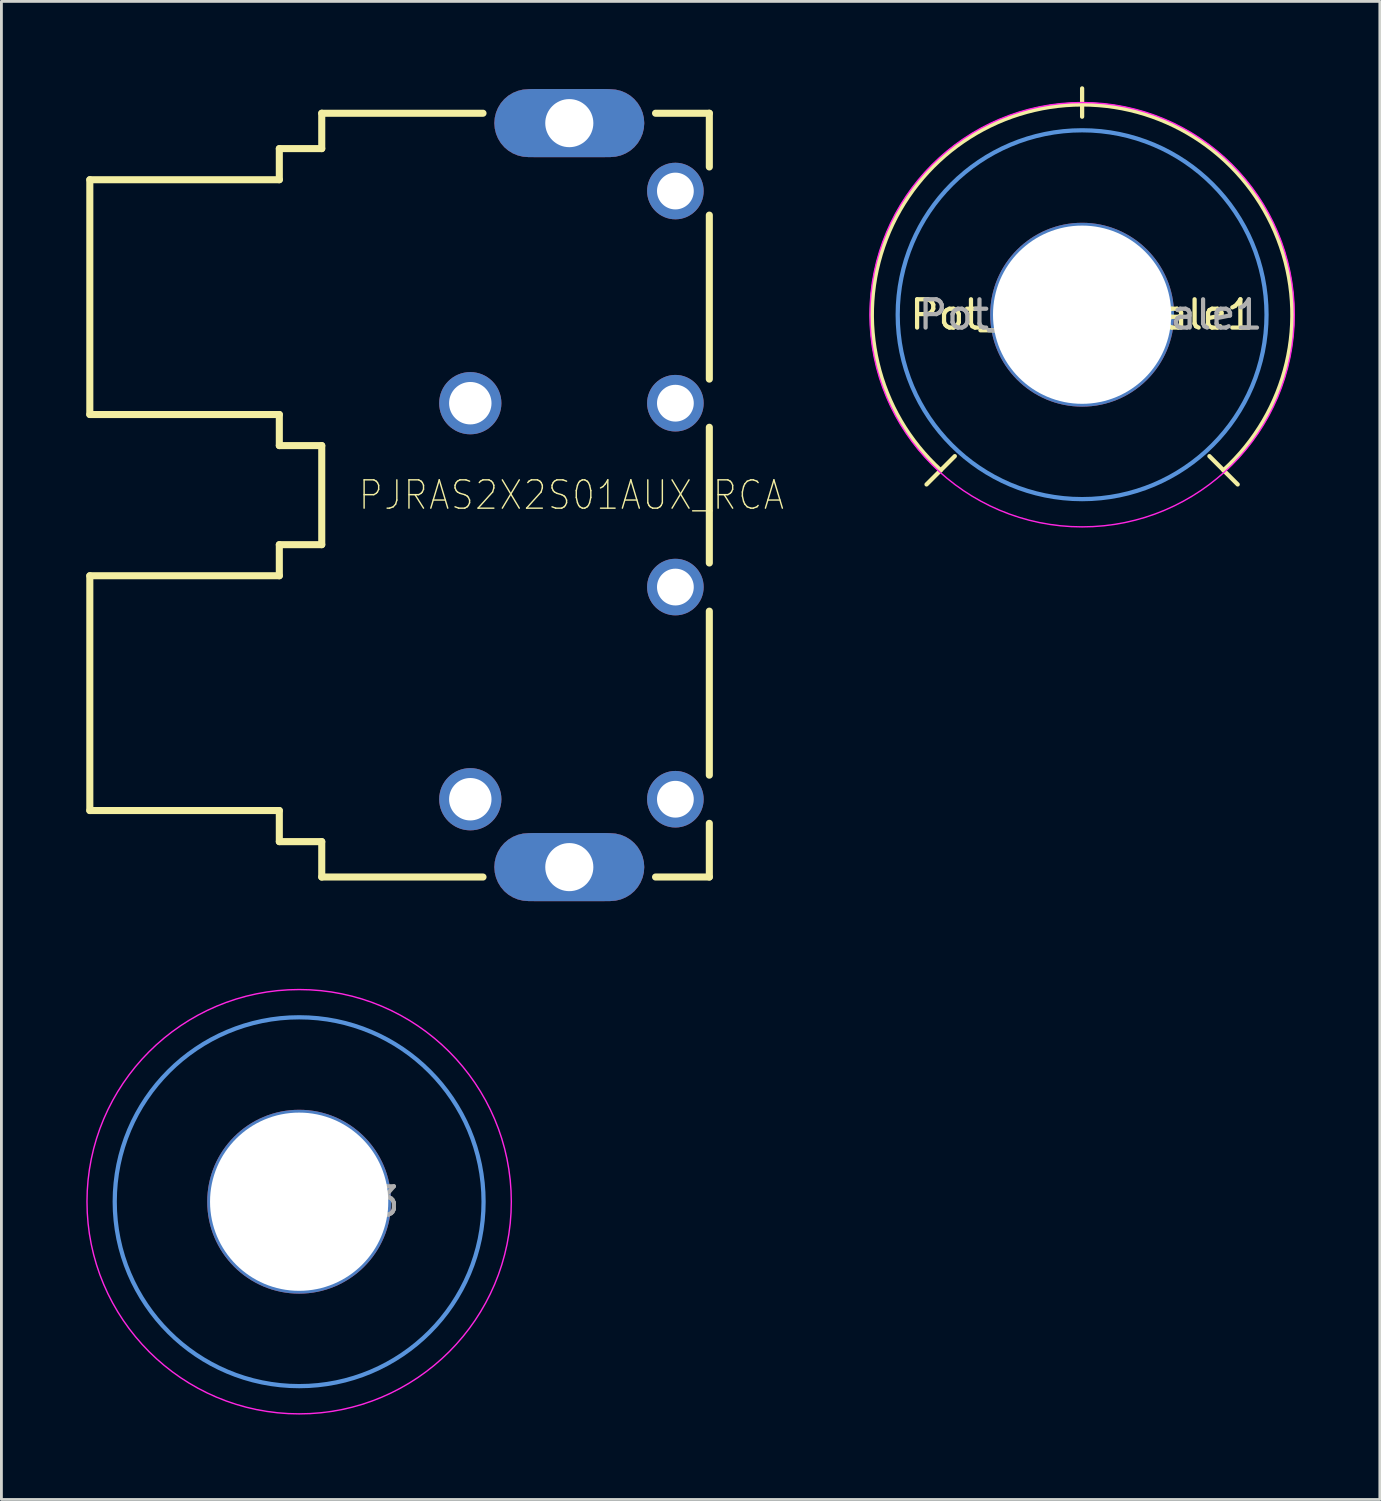
<source format=kicad_pcb>
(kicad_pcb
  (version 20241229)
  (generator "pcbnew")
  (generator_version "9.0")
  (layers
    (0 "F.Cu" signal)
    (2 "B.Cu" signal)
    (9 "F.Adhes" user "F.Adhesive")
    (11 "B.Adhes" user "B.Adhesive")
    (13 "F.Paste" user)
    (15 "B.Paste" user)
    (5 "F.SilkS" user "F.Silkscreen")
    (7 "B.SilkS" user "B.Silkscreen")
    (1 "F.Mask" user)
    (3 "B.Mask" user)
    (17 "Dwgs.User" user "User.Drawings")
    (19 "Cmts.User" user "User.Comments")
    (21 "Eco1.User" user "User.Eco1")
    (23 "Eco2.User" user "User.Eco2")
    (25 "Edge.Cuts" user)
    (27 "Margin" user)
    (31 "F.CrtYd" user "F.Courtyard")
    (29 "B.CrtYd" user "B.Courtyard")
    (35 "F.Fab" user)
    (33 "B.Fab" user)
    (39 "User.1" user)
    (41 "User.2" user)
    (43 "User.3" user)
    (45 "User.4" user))
  (footprint "PJRAS2X2S01AUX_RCA"
    (layer "F.Cu")
    (at 17.15 14.453)
    (property "Reference" "PJRAS2X2S01AUX_RCA" (at 0 0 0) (layer "F.SilkS") (effects (font (size 1 0.9) (thickness 0.05))))
    (attr through_hole)
    (fp_poly (pts (xy -1.525 -14.349) (xy -1.713 -14.334) (xy -1.896 -14.29) (xy -2.069 -14.218) (xy -2.23 -14.12) (xy -2.373 -13.998) (xy -2.495 -13.855) (xy -2.593 -13.694) (xy -2.665 -13.521) (xy -2.709 -13.338) (xy -2.724 -13.15) (xy -2.709 -12.962) (xy -2.665 -12.779) (xy -2.593 -12.606) (xy -2.495 -12.445) (xy -2.373 -12.302) (xy -2.23 -12.18) (xy -2.069 -12.082) (xy -1.896 -12.01) (xy -1.713 -11.966) (xy -1.525 -11.951) (xy 1.375 -11.951) (xy 1.563 -11.966) (xy 1.746 -12.01) (xy 1.919 -12.082) (xy 2.08 -12.18) (xy 2.223 -12.302) (xy 2.345 -12.445) (xy 2.443 -12.606) (xy 2.515 -12.779) (xy 2.559 -12.962) (xy 2.574 -13.15) (xy 2.559 -13.338) (xy 2.515 -13.521) (xy 2.443 -13.694) (xy 2.345 -13.855) (xy 2.223 -13.998) (xy 2.08 -14.12) (xy 1.919 -14.218) (xy 1.746 -14.29) (xy 1.563 -14.334) (xy 1.375 -14.349)) (stroke (width 0.002) (type solid)) (fill yes) (layer "F.Cu"))
    (fp_poly (pts (xy -1.525 11.951) (xy -1.713 11.966) (xy -1.896 12.01) (xy -2.069 12.082) (xy -2.23 12.18) (xy -2.373 12.302) (xy -2.495 12.445) (xy -2.593 12.606) (xy -2.665 12.779) (xy -2.709 12.962) (xy -2.724 13.15) (xy -2.709 13.338) (xy -2.665 13.521) (xy -2.593 13.694) (xy -2.495 13.855) (xy -2.373 13.998) (xy -2.23 14.12) (xy -2.069 14.218) (xy -1.896 14.29) (xy -1.713 14.334) (xy -1.525 14.349) (xy 1.375 14.349) (xy 1.563 14.334) (xy 1.746 14.29) (xy 1.919 14.218) (xy 2.08 14.12) (xy 2.223 13.998) (xy 2.345 13.855) (xy 2.443 13.694) (xy 2.515 13.521) (xy 2.559 13.338) (xy 2.574 13.15) (xy 2.559 12.962) (xy 2.515 12.779) (xy 2.443 12.606) (xy 2.345 12.445) (xy 2.223 12.302) (xy 2.08 12.18) (xy 1.919 12.082) (xy 1.746 12.01) (xy 1.563 11.966) (xy 1.375 11.951)) (stroke (width 0.002) (type solid)) (fill yes) (layer "F.Cu"))
    (fp_poly (pts (xy -1.525 -14.452) (xy -1.729 -14.436) (xy -1.927 -14.388) (xy -2.116 -14.31) (xy -2.29 -14.203) (xy -2.445 -14.07) (xy -2.578 -13.915) (xy -2.685 -13.741) (xy -2.763 -13.552) (xy -2.811 -13.354) (xy -2.827 -13.15) (xy -2.811 -12.946) (xy -2.763 -12.748) (xy -2.685 -12.559) (xy -2.578 -12.385) (xy -2.445 -12.23) (xy -2.29 -12.097) (xy -2.116 -11.99) (xy -1.927 -11.912) (xy -1.729 -11.864) (xy -1.525 -11.848) (xy 1.375 -11.848) (xy 1.579 -11.864) (xy 1.777 -11.912) (xy 1.966 -11.99) (xy 2.14 -12.097) (xy 2.295 -12.23) (xy 2.428 -12.385) (xy 2.535 -12.559) (xy 2.613 -12.748) (xy 2.661 -12.946) (xy 2.677 -13.15) (xy 2.661 -13.354) (xy 2.613 -13.552) (xy 2.535 -13.741) (xy 2.428 -13.915) (xy 2.295 -14.07) (xy 2.14 -14.203) (xy 1.966 -14.31) (xy 1.777 -14.388) (xy 1.579 -14.436) (xy 1.375 -14.452)) (stroke (width 0.002) (type solid)) (fill yes) (layer "F.Mask"))
    (fp_poly (pts (xy -1.525 11.848) (xy -1.729 11.864) (xy -1.927 11.912) (xy -2.116 11.99) (xy -2.29 12.097) (xy -2.445 12.23) (xy -2.578 12.385) (xy -2.685 12.559) (xy -2.763 12.748) (xy -2.811 12.946) (xy -2.827 13.15) (xy -2.811 13.354) (xy -2.763 13.552) (xy -2.685 13.741) (xy -2.578 13.915) (xy -2.445 14.07) (xy -2.29 14.203) (xy -2.116 14.31) (xy -1.927 14.388) (xy -1.729 14.436) (xy -1.525 14.452) (xy 1.375 14.452) (xy 1.579 14.436) (xy 1.777 14.388) (xy 1.966 14.31) (xy 2.14 14.203) (xy 2.295 14.07) (xy 2.428 13.915) (xy 2.535 13.741) (xy 2.613 13.552) (xy 2.661 13.354) (xy 2.677 13.15) (xy 2.661 12.946) (xy 2.613 12.748) (xy 2.535 12.559) (xy 2.428 12.385) (xy 2.295 12.23) (xy 2.14 12.097) (xy 1.966 11.99) (xy 1.777 11.912) (xy 1.579 11.864) (xy 1.375 11.848)) (stroke (width 0.002) (type solid)) (fill yes) (layer "F.Mask"))
    (fp_poly (pts (xy -1.525 -14.349) (xy -1.713 -14.334) (xy -1.896 -14.29) (xy -2.069 -14.218) (xy -2.23 -14.12) (xy -2.373 -13.998) (xy -2.495 -13.855) (xy -2.593 -13.694) (xy -2.665 -13.521) (xy -2.709 -13.338) (xy -2.724 -13.15) (xy -2.709 -12.962) (xy -2.665 -12.779) (xy -2.593 -12.606) (xy -2.495 -12.445) (xy -2.373 -12.302) (xy -2.23 -12.18) (xy -2.069 -12.082) (xy -1.896 -12.01) (xy -1.713 -11.966) (xy -1.525 -11.951) (xy 1.375 -11.951) (xy 1.563 -11.966) (xy 1.746 -12.01) (xy 1.919 -12.082) (xy 2.08 -12.18) (xy 2.223 -12.302) (xy 2.345 -12.445) (xy 2.443 -12.606) (xy 2.515 -12.779) (xy 2.559 -12.962) (xy 2.574 -13.15) (xy 2.559 -13.338) (xy 2.515 -13.521) (xy 2.443 -13.694) (xy 2.345 -13.855) (xy 2.223 -13.998) (xy 2.08 -14.12) (xy 1.919 -14.218) (xy 1.746 -14.29) (xy 1.563 -14.334) (xy 1.375 -14.349)) (stroke (width 0.002) (type solid)) (fill yes) (layer "B.Cu"))
    (fp_poly (pts (xy -1.525 11.951) (xy -1.713 11.966) (xy -1.896 12.01) (xy -2.069 12.082) (xy -2.23 12.18) (xy -2.373 12.302) (xy -2.495 12.445) (xy -2.593 12.606) (xy -2.665 12.779) (xy -2.709 12.962) (xy -2.724 13.15) (xy -2.709 13.338) (xy -2.665 13.521) (xy -2.593 13.694) (xy -2.495 13.855) (xy -2.373 13.998) (xy -2.23 14.12) (xy -2.069 14.218) (xy -1.896 14.29) (xy -1.713 14.334) (xy -1.525 14.349) (xy 1.375 14.349) (xy 1.563 14.334) (xy 1.746 14.29) (xy 1.919 14.218) (xy 2.08 14.12) (xy 2.223 13.998) (xy 2.345 13.855) (xy 2.443 13.694) (xy 2.515 13.521) (xy 2.559 13.338) (xy 2.574 13.15) (xy 2.559 12.962) (xy 2.515 12.779) (xy 2.443 12.606) (xy 2.345 12.445) (xy 2.223 12.302) (xy 2.08 12.18) (xy 1.919 12.082) (xy 1.746 12.01) (xy 1.563 11.966) (xy 1.375 11.951)) (stroke (width 0.002) (type solid)) (fill yes) (layer "B.Cu"))
    (fp_poly (pts (xy -1.525 -14.452) (xy -1.729 -14.436) (xy -1.927 -14.388) (xy -2.116 -14.31) (xy -2.29 -14.203) (xy -2.445 -14.07) (xy -2.578 -13.915) (xy -2.685 -13.741) (xy -2.763 -13.552) (xy -2.811 -13.354) (xy -2.827 -13.15) (xy -2.811 -12.946) (xy -2.763 -12.748) (xy -2.685 -12.559) (xy -2.578 -12.385) (xy -2.445 -12.23) (xy -2.29 -12.097) (xy -2.116 -11.99) (xy -1.927 -11.912) (xy -1.729 -11.864) (xy -1.525 -11.848) (xy 1.375 -11.848) (xy 1.579 -11.864) (xy 1.777 -11.912) (xy 1.966 -11.99) (xy 2.14 -12.097) (xy 2.295 -12.23) (xy 2.428 -12.385) (xy 2.535 -12.559) (xy 2.613 -12.748) (xy 2.661 -12.946) (xy 2.677 -13.15) (xy 2.661 -13.354) (xy 2.613 -13.552) (xy 2.535 -13.741) (xy 2.428 -13.915) (xy 2.295 -14.07) (xy 2.14 -14.203) (xy 1.966 -14.31) (xy 1.777 -14.388) (xy 1.579 -14.436) (xy 1.375 -14.452)) (stroke (width 0.002) (type solid)) (fill yes) (layer "B.Mask"))
    (fp_poly (pts (xy -1.525 11.848) (xy -1.729 11.864) (xy -1.927 11.912) (xy -2.116 11.99) (xy -2.29 12.097) (xy -2.445 12.23) (xy -2.578 12.385) (xy -2.685 12.559) (xy -2.763 12.748) (xy -2.811 12.946) (xy -2.827 13.15) (xy -2.811 13.354) (xy -2.763 13.552) (xy -2.685 13.741) (xy -2.578 13.915) (xy -2.445 14.07) (xy -2.29 14.203) (xy -2.116 14.31) (xy -1.927 14.388) (xy -1.729 14.436) (xy -1.525 14.452) (xy 1.375 14.452) (xy 1.579 14.436) (xy 1.777 14.388) (xy 1.966 14.31) (xy 2.14 14.203) (xy 2.295 14.07) (xy 2.428 13.915) (xy 2.535 13.741) (xy 2.613 13.552) (xy 2.661 13.354) (xy 2.677 13.15) (xy 2.661 12.946) (xy 2.613 12.748) (xy 2.535 12.559) (xy 2.428 12.385) (xy 2.295 12.23) (xy 2.14 12.097) (xy 1.966 11.99) (xy 1.777 11.912) (xy 1.579 11.864) (xy 1.375 11.848)) (stroke (width 0.002) (type solid)) (fill yes) (layer "B.Mask"))
    (fp_line (start -17.025 -11.15) (end -17.025 -2.85) (stroke (width 0.25) (type solid)) (layer "F.SilkS"))
    (fp_line (start -17.025 -11.15) (end -10.326 -11.15) (stroke (width 0.25) (type solid)) (layer "F.SilkS"))
    (fp_line (start -17.025 -2.85) (end -10.326 -2.85) (stroke (width 0.25) (type solid)) (layer "F.SilkS"))
    (fp_line (start -17.025 2.85) (end -17.025 11.15) (stroke (width 0.25) (type solid)) (layer "F.SilkS"))
    (fp_line (start -17.025 11.15) (end -10.326 11.15) (stroke (width 0.25) (type solid)) (layer "F.SilkS"))
    (fp_line (start -10.326 -12.249) (end -8.826 -12.249) (stroke (width 0.25) (type solid)) (layer "F.SilkS"))
    (fp_line (start -10.326 -11.15) (end -10.326 -12.249) (stroke (width 0.25) (type solid)) (layer "F.SilkS"))
    (fp_line (start -10.326 -1.751) (end -10.326 -2.85) (stroke (width 0.25) (type solid)) (layer "F.SilkS"))
    (fp_line (start -10.326 -1.751) (end -8.826 -1.751) (stroke (width 0.25) (type solid)) (layer "F.SilkS"))
    (fp_line (start -10.326 1.751) (end -10.326 2.85) (stroke (width 0.25) (type solid)) (layer "F.SilkS"))
    (fp_line (start -10.326 2.85) (end -17.025 2.85) (stroke (width 0.25) (type solid)) (layer "F.SilkS"))
    (fp_line (start -10.326 11.15) (end -10.326 12.249) (stroke (width 0.25) (type solid)) (layer "F.SilkS"))
    (fp_line (start -10.326 12.249) (end -8.826 12.249) (stroke (width 0.25) (type solid)) (layer "F.SilkS"))
    (fp_line (start -8.826 -13.5) (end -3.125 -13.5) (stroke (width 0.25) (type solid)) (layer "F.SilkS"))
    (fp_line (start -8.826 -12.249) (end -8.826 -13.5) (stroke (width 0.25) (type solid)) (layer "F.SilkS"))
    (fp_line (start -8.826 -1.751) (end -8.826 1.751) (stroke (width 0.25) (type solid)) (layer "F.SilkS"))
    (fp_line (start -8.826 1.751) (end -10.326 1.751) (stroke (width 0.25) (type solid)) (layer "F.SilkS"))
    (fp_line (start -8.826 12.249) (end -8.826 13.5) (stroke (width 0.25) (type solid)) (layer "F.SilkS"))
    (fp_line (start -8.826 13.5) (end -3.125 13.5) (stroke (width 0.25) (type solid)) (layer "F.SilkS"))
    (fp_line (start 2.974 -13.5) (end 4.875 -13.5) (stroke (width 0.25) (type solid)) (layer "F.SilkS"))
    (fp_line (start 2.974 13.5) (end 4.875 13.5) (stroke (width 0.25) (type solid)) (layer "F.SilkS"))
    (fp_line (start 4.875 -13.5) (end 4.875 -11.601) (stroke (width 0.25) (type solid)) (layer "F.SilkS"))
    (fp_line (start 4.875 -4.101) (end 4.875 -9.899) (stroke (width 0.25) (type solid)) (layer "F.SilkS"))
    (fp_line (start 4.875 2.399) (end 4.875 -2.399) (stroke (width 0.25) (type solid)) (layer "F.SilkS"))
    (fp_line (start 4.875 9.899) (end 4.875 4.101) (stroke (width 0.25) (type solid)) (layer "F.SilkS"))
    (fp_line (start 4.875 11.601) (end 4.875 13.5) (stroke (width 0.25) (type solid)) (layer "F.SilkS"))
    (pad "1" thru_hole oval (at -0.075 -13.15) (size 4.8 2.4) (drill 1.7) (layers "*.Cu" "*.Mask"))
    (pad "1S" thru_hole circle (at -3.575 -3.25) (size 2.2 2.2) (drill 1.5) (layers "*.Cu" "*.Mask"))
    (pad "1T1" thru_hole circle (at 3.675 -10.75) (size 2 2) (drill 1.3) (layers "*.Cu" "*.Mask"))
    (pad "1T2" thru_hole circle (at 3.675 -3.25) (size 2 2) (drill 1.3) (layers "*.Cu" "*.Mask"))
    (pad "2" thru_hole oval (at -0.075 13.15) (size 4.8 2.4) (drill 1.7) (layers "*.Cu" "*.Mask"))
    (pad "2S" thru_hole circle (at -3.575 10.75) (size 2.2 2.2) (drill 1.5) (layers "*.Cu" "*.Mask"))
    (pad "2T1" thru_hole circle (at 3.675 3.25) (size 2 2) (drill 1.3) (layers "*.Cu" "*.Mask"))
    (pad "2T2" thru_hole circle (at 3.675 10.75) (size 2 2) (drill 1.3) (layers "*.Cu" "*.Mask")))
  (footprint "Pot_6m3"
    (layer "F.Cu")
    (at 7.525 39.431)
    (property "Reference" "Pot_6m3" (at 0 0 0) (layer "F.SilkS") (effects (font (size 1 1) (thickness 0.15))))
    (attr exclude_from_pos_files exclude_from_bom)
    (fp_circle (center 0 0) (end 6.5 -0.5) (stroke (width 0.15) (type solid)) (fill no) (layer "Cmts.User"))
    (fp_circle (center 0 0) (end 7.5 0) (stroke (width 0.05) (type solid)) (fill no) (layer "F.CrtYd"))
    (fp_text user "${REFERENCE}" (at 0.3 0 0) (layer "F.Fab") (effects (font (size 1 1) (thickness 0.15))))
    (pad "1" thru_hole circle (at 0 0) (size 6.5 6.5) (drill 6.3) (layers "*.Cu" "*.Mask")))
  (footprint "Pot_6m3_scale1"
    (layer "F.Cu")
    (at 35.203 8.075)
    (property "Reference" "Pot_6m3_scale1" (at 0 0 0) (layer "F.SilkS") (effects (font (size 1 1) (thickness 0.15))))
    (attr exclude_from_pos_files exclude_from_bom)
    (fp_line (start -4.5 5) (end -5.5 6) (stroke (width 0.15) (type solid)) (layer "F.SilkS"))
    (fp_line (start 0 -8) (end 0 -7) (stroke (width 0.15) (type solid)) (layer "F.SilkS"))
    (fp_line (start 5.5 6) (end 4.5 5) (stroke (width 0.15) (type solid)) (layer "F.SilkS"))
    (fp_arc (start -5 5.5) (mid 0 -7.433034) (end 5 5.5) (stroke (width 0.15) (type solid)) (layer "F.SilkS"))
    (fp_circle (center 0 0) (end 6.5 -0.5) (stroke (width 0.15) (type solid)) (fill no) (layer "Cmts.User"))
    (fp_circle (center 0 0) (end 7.5 0) (stroke (width 0.05) (type solid)) (fill no) (layer "F.CrtYd"))
    (fp_text user "${REFERENCE}" (at 0.3 0 0) (layer "F.Fab") (effects (font (size 1 1) (thickness 0.15))))
    (pad "1" thru_hole circle (at 0 0) (size 6.5 6.5) (drill 6.3) (layers "*.Cu" "*.Mask")))
  (gr_rect
    (start -3 -3)
    (end 45.728 49.956)
    (stroke (width 0.1) (type default))
    (fill no)
    (layer "Edge.Cuts")))
</source>
